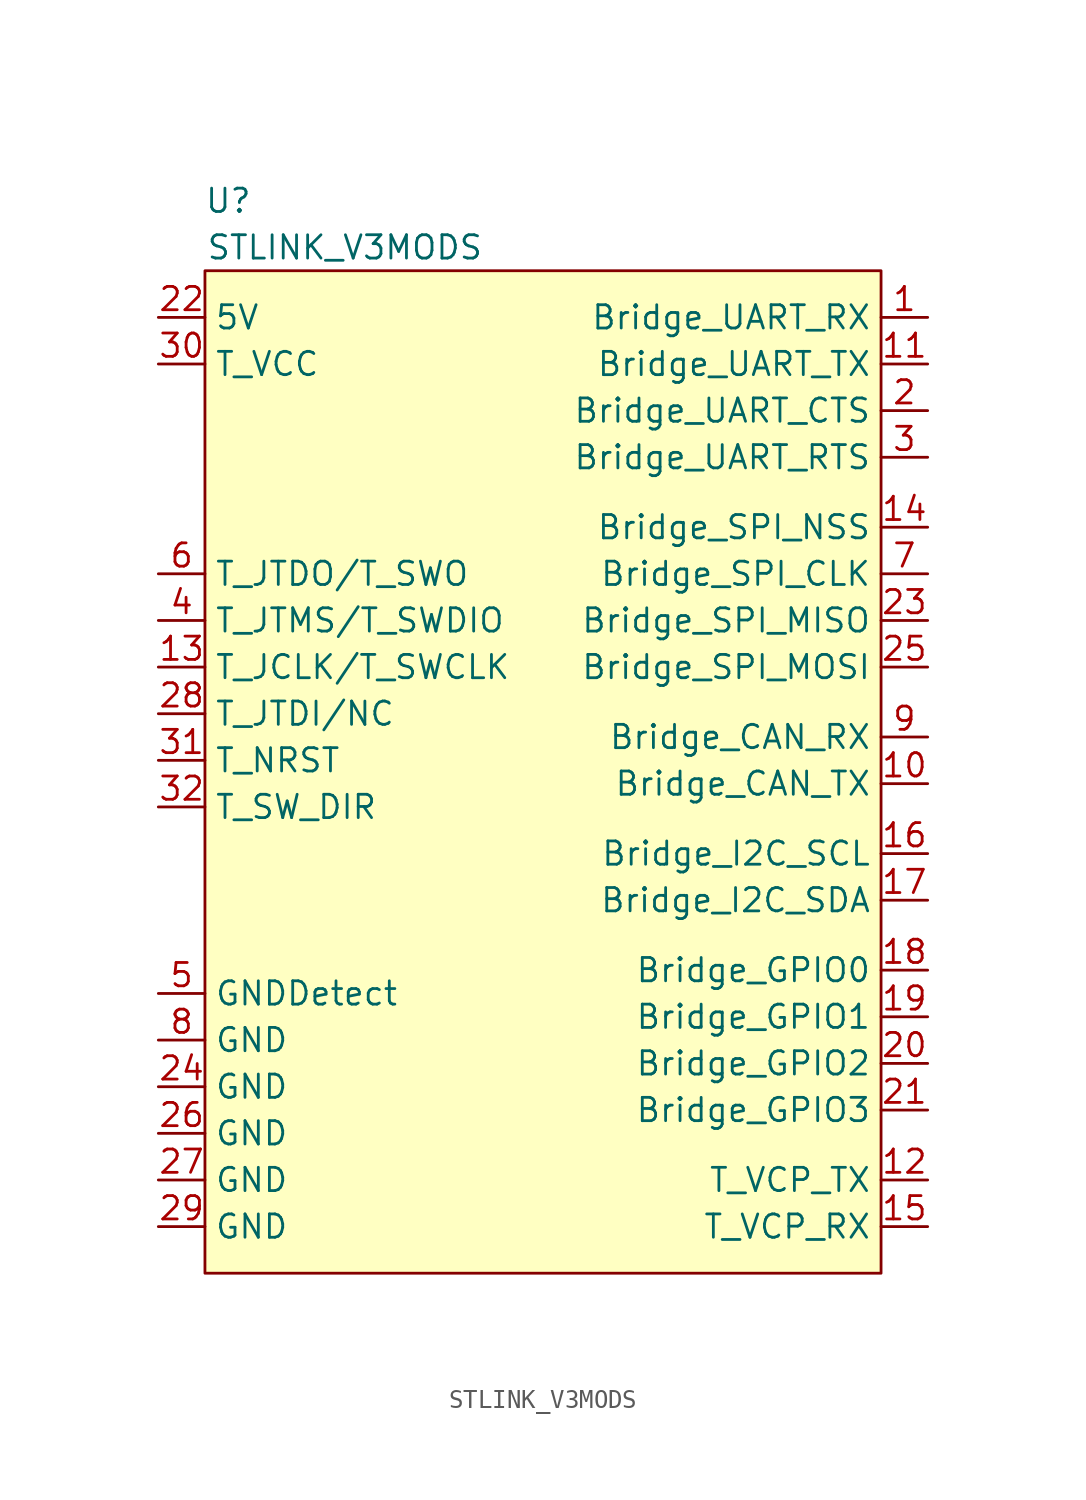
<source format=kicad_sym>
(kicad_symbol_lib
  (version 20211014)
  (generator kicad_symbol_editor)
  (symbol "STLINK_V3MODS"
    (property "Reference" "U"
      (at -16.51 30.48 0)
      (effects (font (size 1.27 1.27))))
    (property "Value" "STLINK_V3MODS"
      (at -10.16 27.94 0)
      (effects (font (size 1.27 1.27))))
    (symbol "STLINK_V3MODS_0_1"
      (rectangle (start -17.78 26.67) (end 19.05 -27.94) (stroke (width 0) (type default) (color 0 0 0 0)) (fill (type background))))
    (symbol "STLINK_V3MODS_1_1"
      (pin passive line (at 21.59 24.13 180) (length 2.54) (name "Bridge_UART_RX" (effects (font (size 1.27 1.27)))) (number "1" (effects (font (size 1.27 1.27)))))
      (pin passive line (at 21.59 -1.27 180) (length 2.54) (name "Bridge_CAN_TX" (effects (font (size 1.27 1.27)))) (number "10" (effects (font (size 1.27 1.27)))))
      (pin passive line (at 21.59 21.59 180) (length 2.54) (name "Bridge_UART_TX" (effects (font (size 1.27 1.27)))) (number "11" (effects (font (size 1.27 1.27)))))
      (pin passive line (at 21.59 -22.86 180) (length 2.54) (name "T_VCP_TX" (effects (font (size 1.27 1.27)))) (number "12" (effects (font (size 1.27 1.27)))))
      (pin passive line (at -20.32 5.08 0) (length 2.54) (name "T_JCLK/T_SWCLK" (effects (font (size 1.27 1.27)))) (number "13" (effects (font (size 1.27 1.27)))))
      (pin passive line (at 21.59 12.7 180) (length 2.54) (name "Bridge_SPI_NSS" (effects (font (size 1.27 1.27)))) (number "14" (effects (font (size 1.27 1.27)))))
      (pin passive line (at 21.59 -25.4 180) (length 2.54) (name "T_VCP_RX" (effects (font (size 1.27 1.27)))) (number "15" (effects (font (size 1.27 1.27)))))
      (pin passive line (at 21.59 -5.08 180) (length 2.54) (name "Bridge_I2C_SCL" (effects (font (size 1.27 1.27)))) (number "16" (effects (font (size 1.27 1.27)))))
      (pin passive line (at 21.59 -7.62 180) (length 2.54) (name "Bridge_I2C_SDA" (effects (font (size 1.27 1.27)))) (number "17" (effects (font (size 1.27 1.27)))))
      (pin passive line (at 21.59 -11.43 180) (length 2.54) (name "Bridge_GPIO0" (effects (font (size 1.27 1.27)))) (number "18" (effects (font (size 1.27 1.27)))))
      (pin passive line (at 21.59 -13.97 180) (length 2.54) (name "Bridge_GPIO1" (effects (font (size 1.27 1.27)))) (number "19" (effects (font (size 1.27 1.27)))))
      (pin passive line (at 21.59 19.05 180) (length 2.54) (name "Bridge_UART_CTS" (effects (font (size 1.27 1.27)))) (number "2" (effects (font (size 1.27 1.27)))))
      (pin passive line (at 21.59 -16.51 180) (length 2.54) (name "Bridge_GPIO2" (effects (font (size 1.27 1.27)))) (number "20" (effects (font (size 1.27 1.27)))))
      (pin passive line (at 21.59 -19.05 180) (length 2.54) (name "Bridge_GPIO3" (effects (font (size 1.27 1.27)))) (number "21" (effects (font (size 1.27 1.27)))))
      (pin passive line (at -20.32 24.13 0) (length 2.54) (name "5V" (effects (font (size 1.27 1.27)))) (number "22" (effects (font (size 1.27 1.27)))))
      (pin passive line (at 21.59 7.62 180) (length 2.54) (name "Bridge_SPI_MISO" (effects (font (size 1.27 1.27)))) (number "23" (effects (font (size 1.27 1.27)))))
      (pin passive line (at -20.32 -17.78 0) (length 2.54) (name "GND" (effects (font (size 1.27 1.27)))) (number "24" (effects (font (size 1.27 1.27)))))
      (pin passive line (at 21.59 5.08 180) (length 2.54) (name "Bridge_SPI_MOSI" (effects (font (size 1.27 1.27)))) (number "25" (effects (font (size 1.27 1.27)))))
      (pin passive line (at -20.32 -20.32 0) (length 2.54) (name "GND" (effects (font (size 1.27 1.27)))) (number "26" (effects (font (size 1.27 1.27)))))
      (pin passive line (at -20.32 -22.86 0) (length 2.54) (name "GND" (effects (font (size 1.27 1.27)))) (number "27" (effects (font (size 1.27 1.27)))))
      (pin passive line (at -20.32 2.54 0) (length 2.54) (name "T_JTDI/NC" (effects (font (size 1.27 1.27)))) (number "28" (effects (font (size 1.27 1.27)))))
      (pin passive line (at -20.32 -25.4 0) (length 2.54) (name "GND" (effects (font (size 1.27 1.27)))) (number "29" (effects (font (size 1.27 1.27)))))
      (pin passive line (at 21.59 16.51 180) (length 2.54) (name "Bridge_UART_RTS" (effects (font (size 1.27 1.27)))) (number "3" (effects (font (size 1.27 1.27)))))
      (pin passive line (at -20.32 21.59 0) (length 2.54) (name "T_VCC" (effects (font (size 1.27 1.27)))) (number "30" (effects (font (size 1.27 1.27)))))
      (pin passive line (at -20.32 0 0) (length 2.54) (name "T_NRST" (effects (font (size 1.27 1.27)))) (number "31" (effects (font (size 1.27 1.27)))))
      (pin passive line (at -20.32 -2.54 0) (length 2.54) (name "T_SW_DIR" (effects (font (size 1.27 1.27)))) (number "32" (effects (font (size 1.27 1.27)))))
      (pin passive line (at -20.32 7.62 0) (length 2.54) (name "T_JTMS/T_SWDIO" (effects (font (size 1.27 1.27)))) (number "4" (effects (font (size 1.27 1.27)))))
      (pin passive line (at -20.32 -12.7 0) (length 2.54) (name "GNDDetect" (effects (font (size 1.27 1.27)))) (number "5" (effects (font (size 1.27 1.27)))))
      (pin passive line (at -20.32 10.16 0) (length 2.54) (name "T_JTDO/T_SWO" (effects (font (size 1.27 1.27)))) (number "6" (effects (font (size 1.27 1.27)))))
      (pin passive line (at 21.59 10.16 180) (length 2.54) (name "Bridge_SPI_CLK" (effects (font (size 1.27 1.27)))) (number "7" (effects (font (size 1.27 1.27)))))
      (pin passive line (at -20.32 -15.24 0) (length 2.54) (name "GND" (effects (font (size 1.27 1.27)))) (number "8" (effects (font (size 1.27 1.27)))))
      (pin passive line (at 21.59 1.27 180) (length 2.54) (name "Bridge_CAN_RX" (effects (font (size 1.27 1.27)))) (number "9" (effects (font (size 1.27 1.27))))))))
</source>
